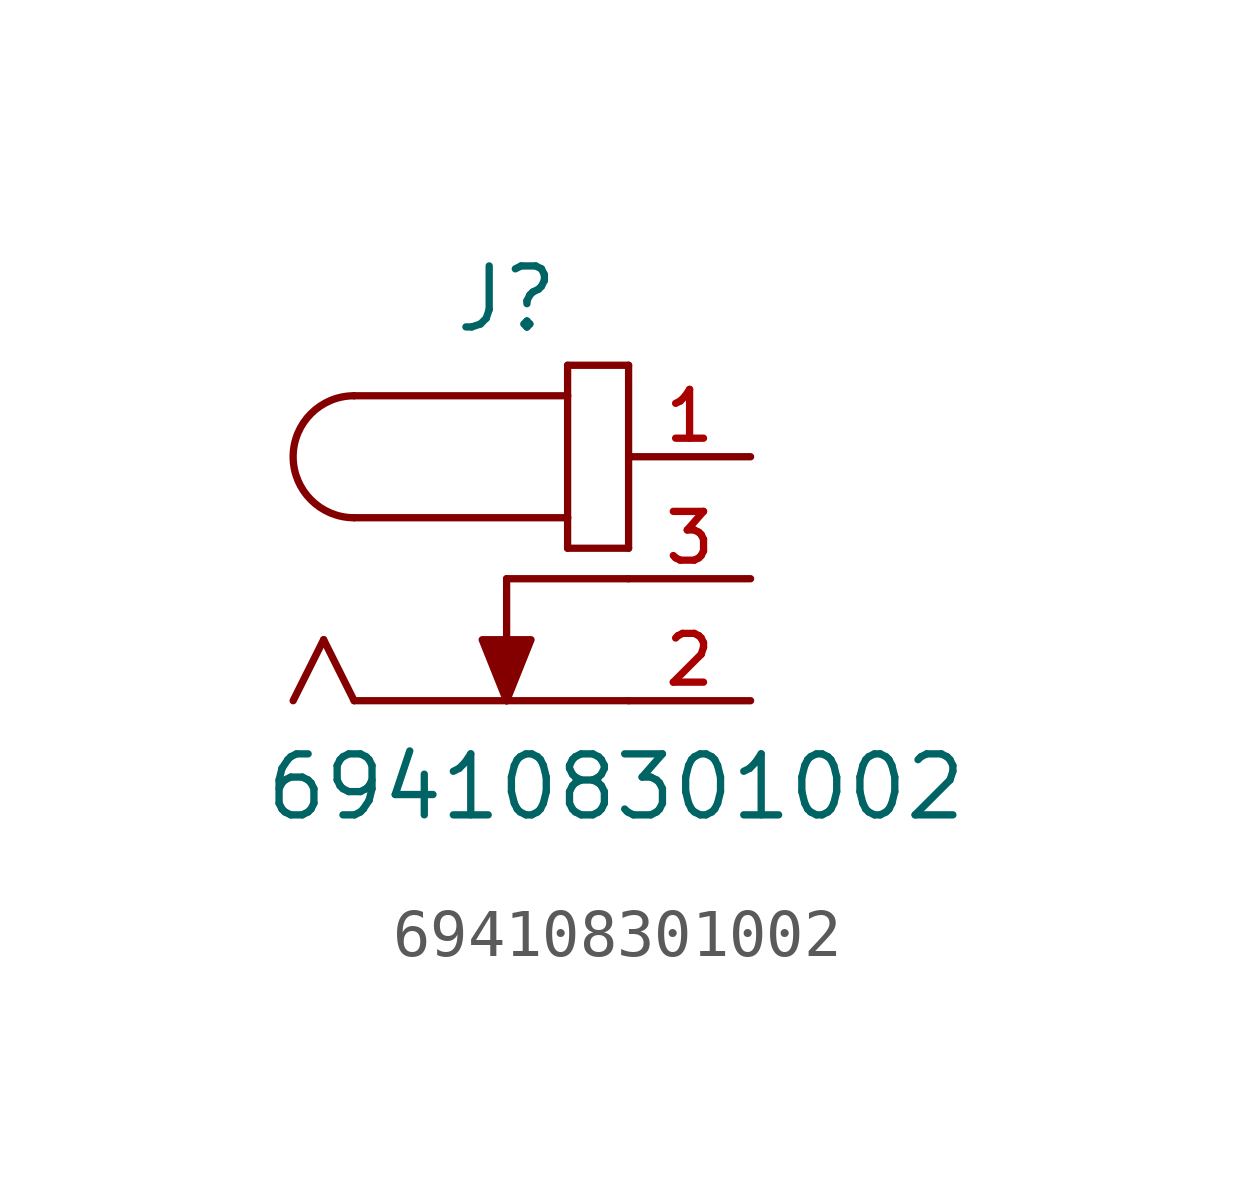
<source format=kicad_sym>
(kicad_symbol_lib
  (version 20211014)
  (generator kicad_symbol_editor)
  (symbol "694108301002"
    (pin_names
      (offset 1.016))
    (property "Reference" "J"
      (at 0.0 2.54 0)
      (effects (font (size 1.27 1.27)) (justify bottom)))
    (property "Value" "694108301002"
      (at -5.08 -7.62 0)
      (effects (font (size 1.27 1.27)) (justify bottom left)))
    (symbol "694108301002_0_0"
      (arc (start -3.175 1.27) (mid -4.445 -0.0) (end -3.175 -1.27) (stroke (width 0.1524) (type default) (color 0 0 0 0)) (fill (type none)))
      (polyline (pts (xy -3.175 1.27) (xy 1.27 1.27)) (stroke (width 0.152)))
      (polyline (pts (xy 1.27 1.27) (xy 1.27 -1.27)) (stroke (width 0.152)))
      (polyline (pts (xy 1.27 -1.27) (xy -3.175 -1.27)) (stroke (width 0.152)))
      (polyline (pts (xy 1.27 -1.27) (xy 1.27 -1.905)) (stroke (width 0.152)))
      (polyline (pts (xy 1.27 -1.905) (xy 2.54 -1.905)) (stroke (width 0.152)))
      (polyline (pts (xy 2.54 -1.905) (xy 2.54 1.905)) (stroke (width 0.152)))
      (polyline (pts (xy 2.54 1.905) (xy 1.27 1.905)) (stroke (width 0.152)))
      (polyline (pts (xy 1.27 1.905) (xy 1.27 1.27)) (stroke (width 0.152)))
      (polyline (pts (xy 0.0 -5.08) (xy -3.175 -5.08)) (stroke (width 0.152)))
      (polyline (pts (xy -3.175 -5.08) (xy -3.81 -3.81)) (stroke (width 0.152)))
      (polyline (pts (xy -3.81 -3.81) (xy -4.445 -5.08)) (stroke (width 0.152)))
      (polyline (pts (xy 0.0 -2.54) (xy 0.0 -5.08)) (stroke (width 0.152)))
      (polyline (pts (xy 2.54 -5.08) (xy 0.0 -5.08)) (stroke (width 0.152)))
      (polyline (pts (xy 0.0 -2.54) (xy 2.54 -2.54)) (stroke (width 0.152)))
      (polyline (pts (xy 0.0 -5.08) (xy -0.508 -3.81) (xy 0.508 -3.81) (xy 0.0 -5.08)) (stroke (width 0.152)) (fill (type outline)))
      (pin passive line (at 5.08 0.0 180.0) (length 2.54) (name "~" (effects (font (size 1.016 1.016)))) (number "1" (effects (font (size 1.016 1.016)))))
      (pin passive line (at 5.08 -5.08 180.0) (length 2.54) (name "~" (effects (font (size 1.016 1.016)))) (number "2" (effects (font (size 1.016 1.016)))))
      (pin passive line (at 5.08 -2.54 180.0) (length 2.54) (name "~" (effects (font (size 1.016 1.016)))) (number "3" (effects (font (size 1.016 1.016))))))))
</source>
